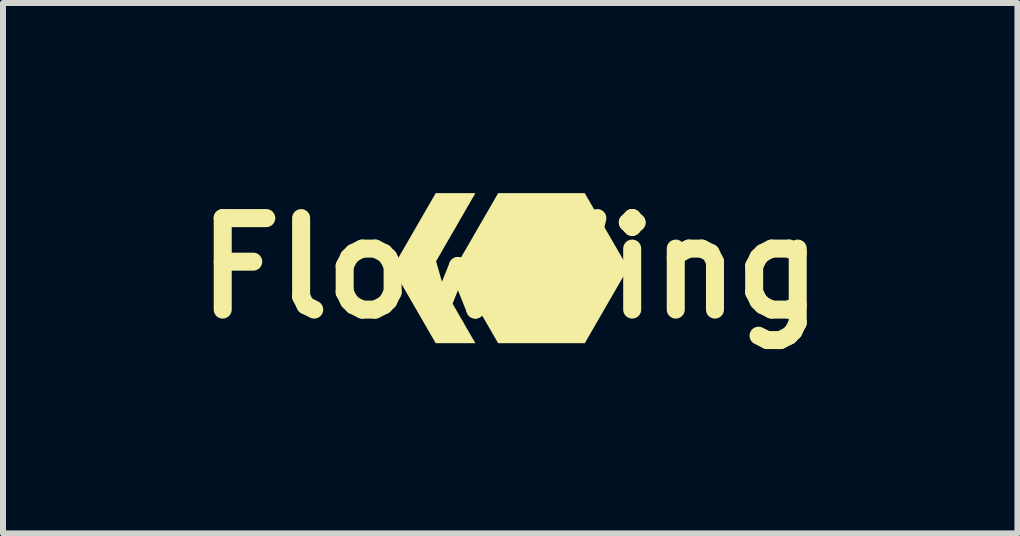
<source format=kicad_pcb>
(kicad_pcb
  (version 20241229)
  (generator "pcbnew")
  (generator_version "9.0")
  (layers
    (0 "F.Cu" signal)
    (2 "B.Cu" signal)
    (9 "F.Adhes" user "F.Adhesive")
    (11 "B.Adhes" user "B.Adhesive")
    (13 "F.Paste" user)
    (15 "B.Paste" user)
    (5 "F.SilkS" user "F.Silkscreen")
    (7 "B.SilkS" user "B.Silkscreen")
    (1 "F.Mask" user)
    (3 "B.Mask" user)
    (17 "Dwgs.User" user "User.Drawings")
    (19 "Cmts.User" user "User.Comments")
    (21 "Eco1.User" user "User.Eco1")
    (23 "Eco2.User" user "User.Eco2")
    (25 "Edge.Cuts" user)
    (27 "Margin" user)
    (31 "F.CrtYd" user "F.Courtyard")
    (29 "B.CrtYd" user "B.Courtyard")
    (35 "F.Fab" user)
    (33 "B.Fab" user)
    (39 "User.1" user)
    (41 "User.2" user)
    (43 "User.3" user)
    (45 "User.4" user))
  (footprint "FlowWing"
    (layer "F.Cu")
    (at 5.45 1.418)
    (property "Reference" "FlowWing" (at 0 0 0) (layer "F.SilkS") (effects (font (size 1.524 1.524) (thickness 0.3))))
    (attr board_only exclude_from_pos_files exclude_from_bom)
    (fp_poly (pts (xy 1.603 -0.625) (xy 1.964 -0.000002) (xy 1.603 0.625) (xy 1.242 1.25) (xy 0.521 1.25) (xy -0.201 1.25) (xy -0.202 1.248) (xy -0.202 1.248) (xy -0.204 1.246) (xy -0.205 1.242) (xy -0.208 1.238) (xy -0.211 1.232) (xy -0.215 1.226) (xy -0.22 1.218) (xy -0.225 1.209) (xy -0.231 1.199) (xy -0.237 1.188) (xy -0.244 1.175) (xy -0.252 1.162) (xy -0.26 1.148) (xy -0.269 1.133) (xy -0.278 1.117) (xy -0.287 1.101) (xy -0.298 1.083) (xy -0.308 1.065) (xy -0.319 1.045) (xy -0.331 1.025) (xy -0.343 1.005) (xy -0.355 0.983) (xy -0.368 0.961) (xy -0.381 0.938) (xy -0.395 0.915) (xy -0.408 0.891) (xy -0.423 0.866) (xy -0.437 0.841) (xy -0.452 0.816) (xy -0.467 0.79) (xy -0.482 0.763) (xy -0.498 0.736) (xy -0.513 0.709) (xy -0.529 0.681) (xy -0.546 0.653) (xy -0.562 0.625) (xy -0.563 0.623) (xy -0.923 -0.000005) (xy -0.562 -0.625) (xy -0.201 -1.25) (xy 0.52 -1.25) (xy 1.242 -1.25)) (stroke (width 0) (type solid)) (fill yes) (layer "F.SilkS"))
    (fp_poly (pts (xy -0.889 -1.25) (xy -0.867 -1.25) (xy -0.846 -1.25) (xy -0.825 -1.25) (xy -0.805 -1.25) (xy -0.785 -1.25) (xy -0.766 -1.25) (xy -0.747 -1.25) (xy -0.729 -1.25) (xy -0.712 -1.25) (xy -0.696 -1.25) (xy -0.681 -1.25) (xy -0.666 -1.25) (xy -0.653 -1.25) (xy -0.64 -1.25) (xy -0.629 -1.25) (xy -0.619 -1.25) (xy -0.609 -1.25) (xy -0.601 -1.25) (xy -0.595 -1.25) (xy -0.589 -1.25) (xy -0.585 -1.249) (xy -0.582 -1.249) (xy -0.581 -1.249) (xy -0.581 -1.249) (xy -0.581 -1.249) (xy -0.582 -1.247) (xy -0.584 -1.244) (xy -0.587 -1.239) (xy -0.59 -1.234) (xy -0.594 -1.227) (xy -0.598 -1.219) (xy -0.603 -1.21) (xy -0.609 -1.2) (xy -0.615 -1.189) (xy -0.622 -1.177) (xy -0.63 -1.164) (xy -0.638 -1.15) (xy -0.647 -1.135) (xy -0.656 -1.119) (xy -0.665 -1.102) (xy -0.676 -1.085) (xy -0.686 -1.066) (xy -0.697 -1.047) (xy -0.709 -1.027) (xy -0.721 -1.007) (xy -0.733 -0.985) (xy -0.746 -0.963) (xy -0.759 -0.94) (xy -0.772 -0.917) (xy -0.786 -0.893) (xy -0.8 -0.869) (xy -0.815 -0.844) (xy -0.83 -0.818) (xy -0.845 -0.792) (xy -0.86 -0.765) (xy -0.876 -0.738) (xy -0.891 -0.711) (xy -0.907 -0.683) (xy -0.923 -0.655) (xy -0.94 -0.627) (xy -0.941 -0.625) (xy -0.957 -0.597) (xy -0.974 -0.569) (xy -0.99 -0.541) (xy -1.005 -0.513) (xy -1.021 -0.486) (xy -1.036 -0.46) (xy -1.051 -0.434) (xy -1.066 -0.408) (xy -1.081 -0.383) (xy -1.095 -0.359) (xy -1.109 -0.335) (xy -1.122 -0.311) (xy -1.135 -0.288) (xy -1.148 -0.266) (xy -1.16 -0.245) (xy -1.172 -0.224) (xy -1.184 -0.204) (xy -1.195 -0.185) (xy -1.206 -0.166) (xy -1.216 -0.149) (xy -1.225 -0.132) (xy -1.235 -0.116) (xy -1.243 -0.101) (xy -1.251 -0.087) (xy -1.259 -0.074) (xy -1.266 -0.061) (xy -1.272 -0.05) (xy -1.278 -0.04) (xy -1.283 -0.031) (xy -1.288 -0.023) (xy -1.292 -0.016) (xy -1.295 -0.011) (xy -1.298 -0.006) (xy -1.3 -0.003) (xy -1.301 -0.001) (xy -1.301 -0.000012) (xy -1.301 -0.000005) (xy -1.301 0.001) (xy -1.3 0.003) (xy -1.298 0.006) (xy -1.295 0.01) (xy -1.292 0.016) (xy -1.288 0.023) (xy -1.284 0.03) (xy -1.279 0.039) (xy -1.273 0.049) (xy -1.266 0.061) (xy -1.26 0.073) (xy -1.252 0.086) (xy -1.244 0.1) (xy -1.235 0.115) (xy -1.226 0.131) (xy -1.216 0.147) (xy -1.206 0.165) (xy -1.196 0.183) (xy -1.185 0.203) (xy -1.173 0.223) (xy -1.161 0.243) (xy -1.149 0.265) (xy -1.136 0.287) (xy -1.123 0.31) (xy -1.11 0.333) (xy -1.096 0.357) (xy -1.082 0.381) (xy -1.067 0.406) (xy -1.052 0.432) (xy -1.037 0.458) (xy -1.022 0.485) (xy -1.007 0.512) (xy -0.991 0.539) (xy -0.975 0.567) (xy -0.959 0.595) (xy -0.942 0.623) (xy -0.941 0.625) (xy -0.925 0.653) (xy -0.908 0.681) (xy -0.892 0.709) (xy -0.877 0.737) (xy -0.861 0.763) (xy -0.846 0.79) (xy -0.831 0.816) (xy -0.816 0.842) (xy -0.801 0.867) (xy -0.787 0.891) (xy -0.773 0.915) (xy -0.76 0.939) (xy -0.747 0.961) (xy -0.734 0.984) (xy -0.722 1.005) (xy -0.71 1.026) (xy -0.698 1.046) (xy -0.687 1.065) (xy -0.676 1.083) (xy -0.666 1.101) (xy -0.657 1.118) (xy -0.647 1.134) (xy -0.639 1.149) (xy -0.631 1.163) (xy -0.623 1.176) (xy -0.616 1.188) (xy -0.61 1.199) (xy -0.604 1.209) (xy -0.598 1.218) (xy -0.594 1.226) (xy -0.59 1.233) (xy -0.587 1.239) (xy -0.584 1.243) (xy -0.582 1.247) (xy -0.581 1.249) (xy -0.581 1.249) (xy -0.581 1.249) (xy -0.581 1.249) (xy -0.584 1.249) (xy -0.587 1.25) (xy -0.592 1.25) (xy -0.598 1.25) (xy -0.606 1.25) (xy -0.614 1.25) (xy -0.624 1.25) (xy -0.635 1.25) (xy -0.647 1.25) (xy -0.66 1.25) (xy -0.674 1.25) (xy -0.689 1.25) (xy -0.705 1.25) (xy -0.722 1.25) (xy -0.739 1.25) (xy -0.757 1.25) (xy -0.776 1.25) (xy -0.796 1.25) (xy -0.816 1.25) (xy -0.836 1.25) (xy -0.858 1.25) (xy -0.879 1.25) (xy -0.901 1.25) (xy -0.911 1.25) (xy -1.241 1.25) (xy -1.963 -0.000003) (xy -1.241 -1.25) (xy -0.911 -1.25)) (stroke (width 0) (type solid)) (fill yes) (layer "F.SilkS")))
  (gr_rect
    (start -3 -3)
    (end 13.9 5.836)
    (stroke (width 0.1) (type default))
    (fill no)
    (layer "Edge.Cuts")))
</source>
